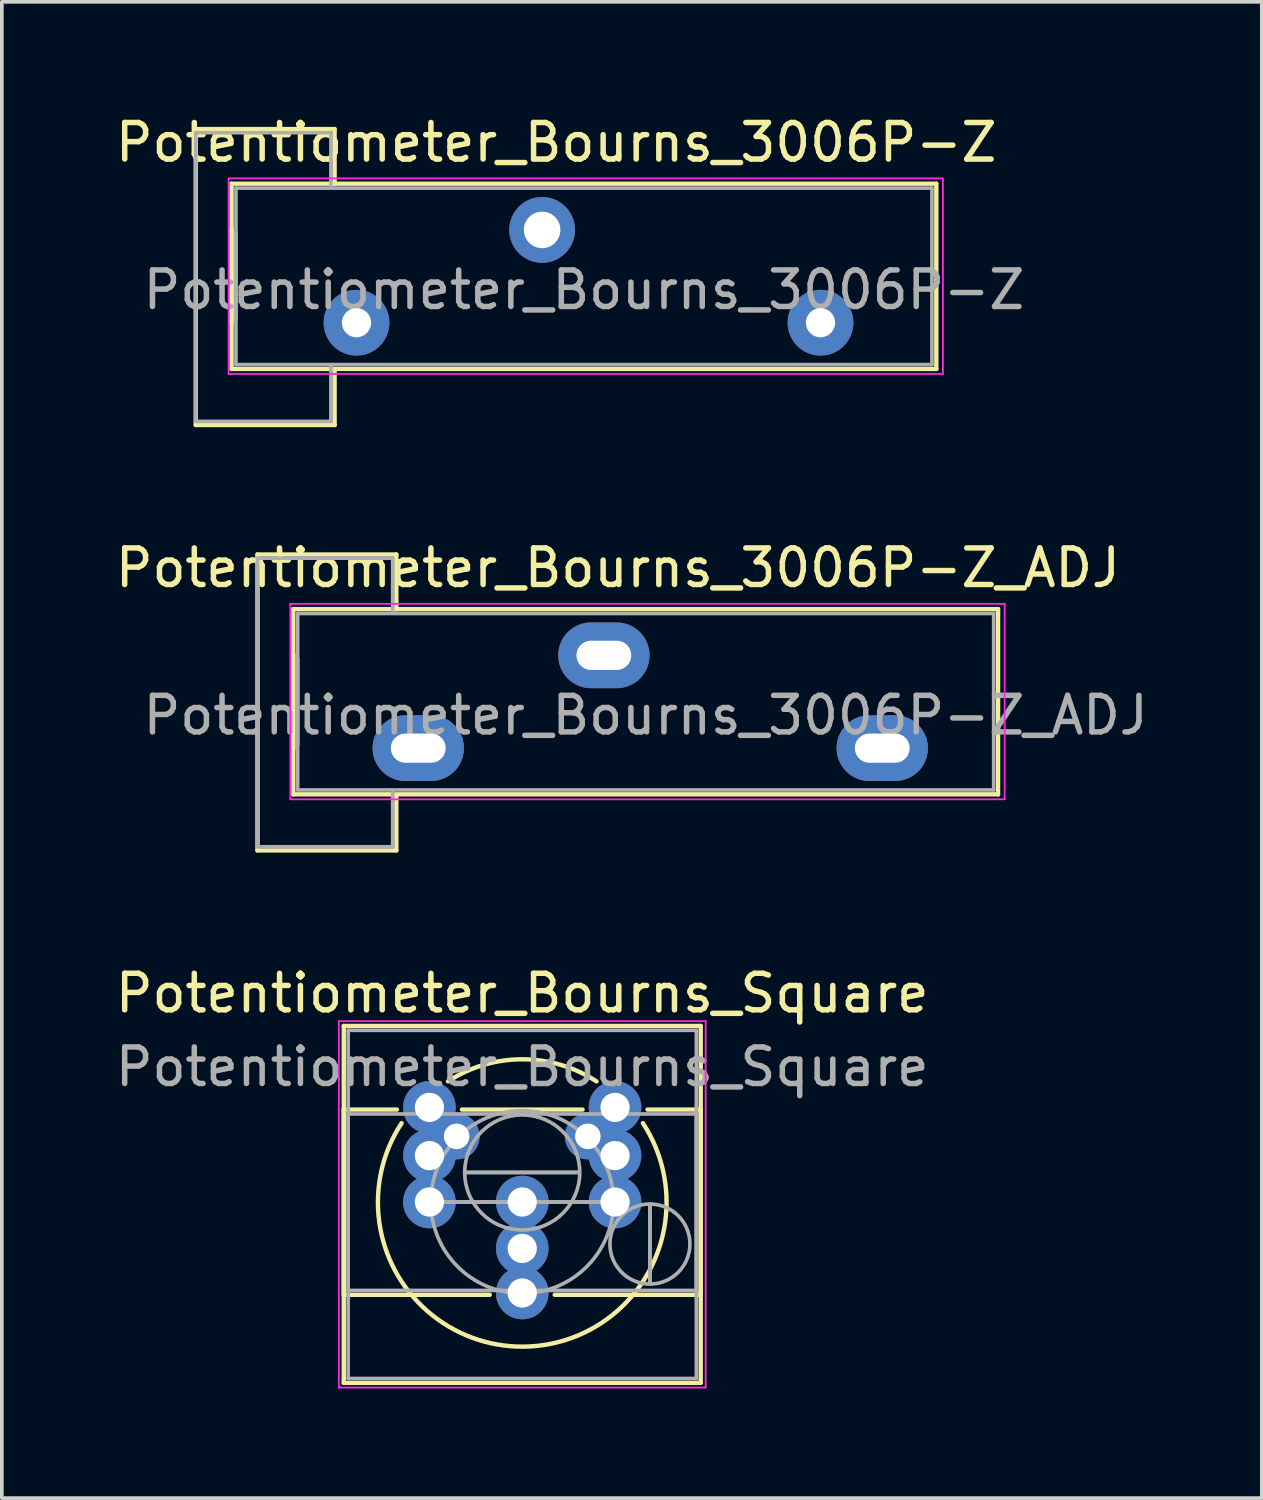
<source format=kicad_pcb>
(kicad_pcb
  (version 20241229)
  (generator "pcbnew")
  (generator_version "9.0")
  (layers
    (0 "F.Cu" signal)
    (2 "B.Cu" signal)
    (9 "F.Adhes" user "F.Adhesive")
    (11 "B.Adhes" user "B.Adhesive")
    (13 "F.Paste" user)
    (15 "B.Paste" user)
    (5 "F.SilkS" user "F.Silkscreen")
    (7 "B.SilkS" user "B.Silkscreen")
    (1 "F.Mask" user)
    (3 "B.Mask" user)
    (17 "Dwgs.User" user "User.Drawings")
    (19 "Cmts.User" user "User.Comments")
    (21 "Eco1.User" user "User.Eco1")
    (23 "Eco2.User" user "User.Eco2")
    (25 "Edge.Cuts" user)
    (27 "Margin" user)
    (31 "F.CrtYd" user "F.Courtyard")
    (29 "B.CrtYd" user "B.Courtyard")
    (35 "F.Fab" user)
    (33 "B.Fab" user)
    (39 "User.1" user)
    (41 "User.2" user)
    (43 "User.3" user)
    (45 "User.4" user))
  (footprint "Potentiometer_Bourns_3006P-Z_ADJ"
    (layer "F.Cu")
    (at 21.098 17.427)
    (property "Reference" "Potentiometer_Bourns_3006P-Z_ADJ" (at -7.235 -4.935 0) (layer "F.SilkS") (effects (font (size 1 1) (thickness 0.15))))
    (attr through_hole)
    (fp_line (start -17.1 2.8) (end -17.1 -5.3) (stroke (width 0.12) (type solid)) (layer "F.SilkS"))
    (fp_line (start -16.121 -2.569) (end -16.121 0.03) (stroke (width 0.12) (type solid)) (layer "F.SilkS"))
    (fp_line (start -16.12 -3.805) (end -16.12 1.265) (stroke (width 0.12) (type solid)) (layer "F.SilkS"))
    (fp_line (start -16.12 -3.805) (end 3.17 -3.805) (stroke (width 0.12) (type solid)) (layer "F.SilkS"))
    (fp_line (start -16.12 1.265) (end 3.17 1.265) (stroke (width 0.12) (type solid)) (layer "F.SilkS"))
    (fp_line (start -13.3 -5.3) (end -17.1 -5.3) (stroke (width 0.12) (type solid)) (layer "F.SilkS"))
    (fp_line (start -13.3 -3.8) (end -13.3 -5.3) (stroke (width 0.12) (type solid)) (layer "F.SilkS"))
    (fp_line (start -13.3 1.3) (end -13.3 2.8) (stroke (width 0.12) (type solid)) (layer "F.SilkS"))
    (fp_line (start -13.3 2.8) (end -17.1 2.8) (stroke (width 0.12) (type solid)) (layer "F.SilkS"))
    (fp_line (start 3.17 -3.805) (end 3.17 1.265) (stroke (width 0.12) (type solid)) (layer "F.SilkS"))
    (fp_line (start -16.2 -3.95) (end -16.2 1.4) (stroke (width 0.05) (type solid)) (layer "F.CrtYd"))
    (fp_line (start -16.2 1.4) (end 3.35 1.4) (stroke (width 0.05) (type solid)) (layer "F.CrtYd"))
    (fp_line (start 3.35 -3.95) (end -16.2 -3.95) (stroke (width 0.05) (type solid)) (layer "F.CrtYd"))
    (fp_line (start 3.35 1.4) (end 3.35 -3.95) (stroke (width 0.05) (type solid)) (layer "F.CrtYd"))
    (fp_line (start -17.1 -5.2) (end -17.1 2.7) (stroke (width 0.1) (type solid)) (layer "F.Fab"))
    (fp_line (start -17.1 2.7) (end -13.4 2.7) (stroke (width 0.1) (type solid)) (layer "F.Fab"))
    (fp_line (start -16 -3.685) (end -16 1.145) (stroke (width 0.1) (type solid)) (layer "F.Fab"))
    (fp_line (start -16 -0.09) (end -16 -2.45) (stroke (width 0.1) (type solid)) (layer "F.Fab"))
    (fp_line (start -16 1.145) (end 3.05 1.145) (stroke (width 0.1) (type solid)) (layer "F.Fab"))
    (fp_line (start -13.4 -5.2) (end -17.1 -5.2) (stroke (width 0.1) (type solid)) (layer "F.Fab"))
    (fp_line (start -13.4 -3.7) (end -13.4 -5.2) (stroke (width 0.1) (type solid)) (layer "F.Fab"))
    (fp_line (start -13.4 2.7) (end -13.4 1.2) (stroke (width 0.1) (type solid)) (layer "F.Fab"))
    (fp_line (start 3.05 -3.685) (end -16 -3.685) (stroke (width 0.1) (type solid)) (layer "F.Fab"))
    (fp_line (start 3.05 1.145) (end 3.05 -3.685) (stroke (width 0.1) (type solid)) (layer "F.Fab"))
    (fp_text user "${REFERENCE}" (at -6.475 -0.9 0) (layer "F.Fab") (effects (font (size 1 1) (thickness 0.15))))
    (pad "1" thru_hole oval (at 0 0) (size 2.5 1.8) (drill oval 1.5 0.8) (layers "*.Cu" "*.Mask"))
    (pad "2" thru_hole oval (at -7.62 -2.54) (size 2.5 1.8) (drill oval 1.5 0.8) (layers "*.Cu" "*.Mask"))
    (pad "3" thru_hole oval (at -12.7 0) (size 2.5 1.8) (drill oval 1.5 0.8) (layers "*.Cu" "*.Mask")))
  (footprint "Potentiometer_Bourns_3006P-Z"
    (layer "F.Cu")
    (at 19.408 5.783)
    (property "Reference" "Potentiometer_Bourns_3006P-Z" (at -7.235 -4.935 0) (layer "F.SilkS") (effects (font (size 1 1) (thickness 0.15))))
    (attr through_hole)
    (fp_line (start -17.1 2.8) (end -17.1 -5.3) (stroke (width 0.12) (type solid)) (layer "F.SilkS"))
    (fp_line (start -16.121 -2.569) (end -16.121 0.03) (stroke (width 0.12) (type solid)) (layer "F.SilkS"))
    (fp_line (start -16.12 -3.805) (end -16.12 1.265) (stroke (width 0.12) (type solid)) (layer "F.SilkS"))
    (fp_line (start -16.12 -3.805) (end 3.17 -3.805) (stroke (width 0.12) (type solid)) (layer "F.SilkS"))
    (fp_line (start -16.12 1.265) (end 3.17 1.265) (stroke (width 0.12) (type solid)) (layer "F.SilkS"))
    (fp_line (start -13.3 -5.3) (end -17.1 -5.3) (stroke (width 0.12) (type solid)) (layer "F.SilkS"))
    (fp_line (start -13.3 -3.8) (end -13.3 -5.3) (stroke (width 0.12) (type solid)) (layer "F.SilkS"))
    (fp_line (start -13.3 1.3) (end -13.3 2.8) (stroke (width 0.12) (type solid)) (layer "F.SilkS"))
    (fp_line (start -13.3 2.8) (end -17.1 2.8) (stroke (width 0.12) (type solid)) (layer "F.SilkS"))
    (fp_line (start 3.17 -3.805) (end 3.17 1.265) (stroke (width 0.12) (type solid)) (layer "F.SilkS"))
    (fp_line (start -16.2 -3.95) (end -16.2 1.4) (stroke (width 0.05) (type solid)) (layer "F.CrtYd"))
    (fp_line (start -16.2 1.4) (end 3.35 1.4) (stroke (width 0.05) (type solid)) (layer "F.CrtYd"))
    (fp_line (start 3.35 -3.95) (end -16.2 -3.95) (stroke (width 0.05) (type solid)) (layer "F.CrtYd"))
    (fp_line (start 3.35 1.4) (end 3.35 -3.95) (stroke (width 0.05) (type solid)) (layer "F.CrtYd"))
    (fp_line (start -17.1 -5.2) (end -17.1 2.7) (stroke (width 0.1) (type solid)) (layer "F.Fab"))
    (fp_line (start -17.1 2.7) (end -13.4 2.7) (stroke (width 0.1) (type solid)) (layer "F.Fab"))
    (fp_line (start -16 -3.685) (end -16 1.145) (stroke (width 0.1) (type solid)) (layer "F.Fab"))
    (fp_line (start -16 -0.09) (end -16 -2.45) (stroke (width 0.1) (type solid)) (layer "F.Fab"))
    (fp_line (start -16 1.145) (end 3.05 1.145) (stroke (width 0.1) (type solid)) (layer "F.Fab"))
    (fp_line (start -13.4 -5.2) (end -17.1 -5.2) (stroke (width 0.1) (type solid)) (layer "F.Fab"))
    (fp_line (start -13.4 -3.7) (end -13.4 -5.2) (stroke (width 0.1) (type solid)) (layer "F.Fab"))
    (fp_line (start -13.4 2.7) (end -13.4 1.2) (stroke (width 0.1) (type solid)) (layer "F.Fab"))
    (fp_line (start 3.05 -3.685) (end -16 -3.685) (stroke (width 0.1) (type solid)) (layer "F.Fab"))
    (fp_line (start 3.05 1.145) (end 3.05 -3.685) (stroke (width 0.1) (type solid)) (layer "F.Fab"))
    (fp_text user "${REFERENCE}" (at -6.475 -0.9 0) (layer "F.Fab") (effects (font (size 1 1) (thickness 0.15))))
    (pad "1" thru_hole circle (at 0 0) (size 1.8 1.8) (drill 0.8) (layers "*.Cu" "*.Mask"))
    (pad "2" thru_hole circle (at -7.62 -2.54) (size 1.8 1.8) (drill 1) (layers "*.Cu" "*.Mask"))
    (pad "3" thru_hole circle (at -12.7 0) (size 1.8 1.8) (drill 0.8) (layers "*.Cu" "*.Mask")))
  (footprint "Potentiometer_Bourns_Square"
    (layer "F.Cu")
    (at 13.784 29.85)
    (property "Reference" "Potentiometer_Bourns_Square" (at -2.54 -5.715 0) (layer "F.SilkS") (effects (font (size 1 1) (thickness 0.15))))
    (attr through_hole)
    (fp_line (start -7.425 -4.82) (end -7.425 4.95) (stroke (width 0.12) (type solid)) (layer "F.SilkS"))
    (fp_line (start -7.425 -2.53) (end -7.425 2.54) (stroke (width 0.12) (type solid)) (layer "F.SilkS"))
    (fp_line (start -7.425 2.54) (end -3.429 2.54) (stroke (width 0.12) (type solid)) (layer "F.SilkS"))
    (fp_line (start -5.969 -2.53) (end -7.425 -2.53) (stroke (width 0.12) (type solid)) (layer "F.SilkS"))
    (fp_line (start -4.191 -2.53) (end -0.889 -2.53) (stroke (width 0.12) (type solid)) (layer "F.SilkS"))
    (fp_line (start 2.345 -4.82) (end -7.425 -4.82) (stroke (width 0.12) (type solid)) (layer "F.SilkS"))
    (fp_line (start 2.345 -4.82) (end 2.345 4.95) (stroke (width 0.12) (type solid)) (layer "F.SilkS"))
    (fp_line (start 2.345 -2.53) (end 0.889 -2.53) (stroke (width 0.12) (type solid)) (layer "F.SilkS"))
    (fp_line (start 2.345 -2.53) (end 2.345 2.54) (stroke (width 0.12) (type solid)) (layer "F.SilkS"))
    (fp_line (start 2.345 2.54) (end -1.651 2.54) (stroke (width 0.12) (type solid)) (layer "F.SilkS"))
    (fp_line (start 2.345 4.95) (end -7.425 4.95) (stroke (width 0.12) (type solid)) (layer "F.SilkS"))
    (fp_arc (start -4.572 -3.302) (mid -2.54 -3.905989) (end -0.508 -3.302) (stroke (width 0.12) (type solid)) (layer "F.SilkS"))
    (fp_arc (start 0.762 -2.159) (mid -2.54 3.958958) (end -5.842 -2.159) (stroke (width 0.12) (type solid)) (layer "F.SilkS"))
    (fp_line (start -7.56 -4.95) (end -7.56 5.08) (stroke (width 0.05) (type solid)) (layer "F.CrtYd"))
    (fp_line (start -7.56 5.08) (end 2.48 5.08) (stroke (width 0.05) (type solid)) (layer "F.CrtYd"))
    (fp_line (start 2.48 -4.95) (end -7.56 -4.95) (stroke (width 0.05) (type solid)) (layer "F.CrtYd"))
    (fp_line (start 2.48 5.08) (end 2.48 -4.95) (stroke (width 0.05) (type solid)) (layer "F.CrtYd"))
    (fp_line (start -7.305 -4.7) (end -7.305 4.83) (stroke (width 0.1) (type solid)) (layer "F.Fab"))
    (fp_line (start -7.305 -2.41) (end -7.305 2.42) (stroke (width 0.1) (type solid)) (layer "F.Fab"))
    (fp_line (start -7.305 2.42) (end 2.225 2.42) (stroke (width 0.1) (type solid)) (layer "F.Fab"))
    (fp_line (start -7.305 4.83) (end 2.225 4.83) (stroke (width 0.1) (type solid)) (layer "F.Fab"))
    (fp_line (start -5.016 0) (end -0.065 0) (stroke (width 0.1) (type solid)) (layer "F.Fab"))
    (fp_line (start -5.016 0) (end -0.065 0) (stroke (width 0.1) (type solid)) (layer "F.Fab"))
    (fp_line (start -4.1 -0.809) (end -0.981 -0.809) (stroke (width 0.1) (type solid)) (layer "F.Fab"))
    (fp_line (start -4.1 -0.809) (end -0.981 -0.809) (stroke (width 0.1) (type solid)) (layer "F.Fab"))
    (fp_line (start 0.955 2.235) (end 0.956 0.066) (stroke (width 0.1) (type solid)) (layer "F.Fab"))
    (fp_line (start 0.955 2.235) (end 0.956 0.066) (stroke (width 0.1) (type solid)) (layer "F.Fab"))
    (fp_line (start 2.225 -4.7) (end -7.305 -4.7) (stroke (width 0.1) (type solid)) (layer "F.Fab"))
    (fp_line (start 2.225 -2.41) (end -7.305 -2.41) (stroke (width 0.1) (type solid)) (layer "F.Fab"))
    (fp_line (start 2.225 2.42) (end 2.225 -2.41) (stroke (width 0.1) (type solid)) (layer "F.Fab"))
    (fp_line (start 2.225 4.83) (end 2.225 -4.7) (stroke (width 0.1) (type solid)) (layer "F.Fab"))
    (fp_circle (center -2.541 0) (end -2.541 2.5) (stroke (width 0.1) (type solid)) (fill no) (layer "F.Fab"))
    (fp_circle (center -2.54 -0.809) (end -2.54 0.766) (stroke (width 0.1) (type solid)) (fill no) (layer "F.Fab"))
    (fp_circle (center 0.955 1.15) (end 2.05 1.15) (stroke (width 0.1) (type solid)) (fill no) (layer "F.Fab"))
    (fp_text user "${REFERENCE}" (at -2.54 -3.7 0) (layer "F.Fab") (effects (font (size 1 1) (thickness 0.15))))
    (pad "1" thru_hole circle (at -0.744 -1.797 270) (size 1.26 1.26) (drill 0.7) (layers "*.Cu" "*.Mask"))
    (pad "1" thru_hole circle (at 0 -2.59 270) (size 1.44 1.44) (drill 0.8) (layers "*.Cu" "*.Mask"))
    (pad "1" thru_hole circle (at 0 -1.27) (size 1.44 1.44) (drill 0.8) (layers "*.Cu" "*.Mask"))
    (pad "1" thru_hole circle (at 0 0) (size 1.44 1.44) (drill 0.8) (layers "*.Cu" "*.Mask"))
    (pad "2" thru_hole circle (at -2.54 0) (size 1.44 1.44) (drill 0.8) (layers "*.Cu" "*.Mask"))
    (pad "2" thru_hole circle (at -2.54 1.27) (size 1.44 1.44) (drill 0.8) (layers "*.Cu" "*.Mask"))
    (pad "2" thru_hole circle (at -2.54 2.49 270) (size 1.44 1.44) (drill 0.8) (layers "*.Cu" "*.Mask"))
    (pad "3" thru_hole circle (at -5.08 -2.59 270) (size 1.44 1.44) (drill 0.8) (layers "*.Cu" "*.Mask"))
    (pad "3" thru_hole circle (at -5.08 -1.27) (size 1.44 1.44) (drill 0.8) (layers "*.Cu" "*.Mask"))
    (pad "3" thru_hole circle (at -5.08 0) (size 1.44 1.44) (drill 0.8) (layers "*.Cu" "*.Mask"))
    (pad "3" thru_hole circle (at -4.336 -1.797 270) (size 1.26 1.26) (drill 0.7) (layers "*.Cu" "*.Mask")))
  (gr_rect
    (start -3 -3)
    (end 31.486 37.955)
    (stroke (width 0.1) (type default))
    (fill no)
    (layer "Edge.Cuts")))
</source>
